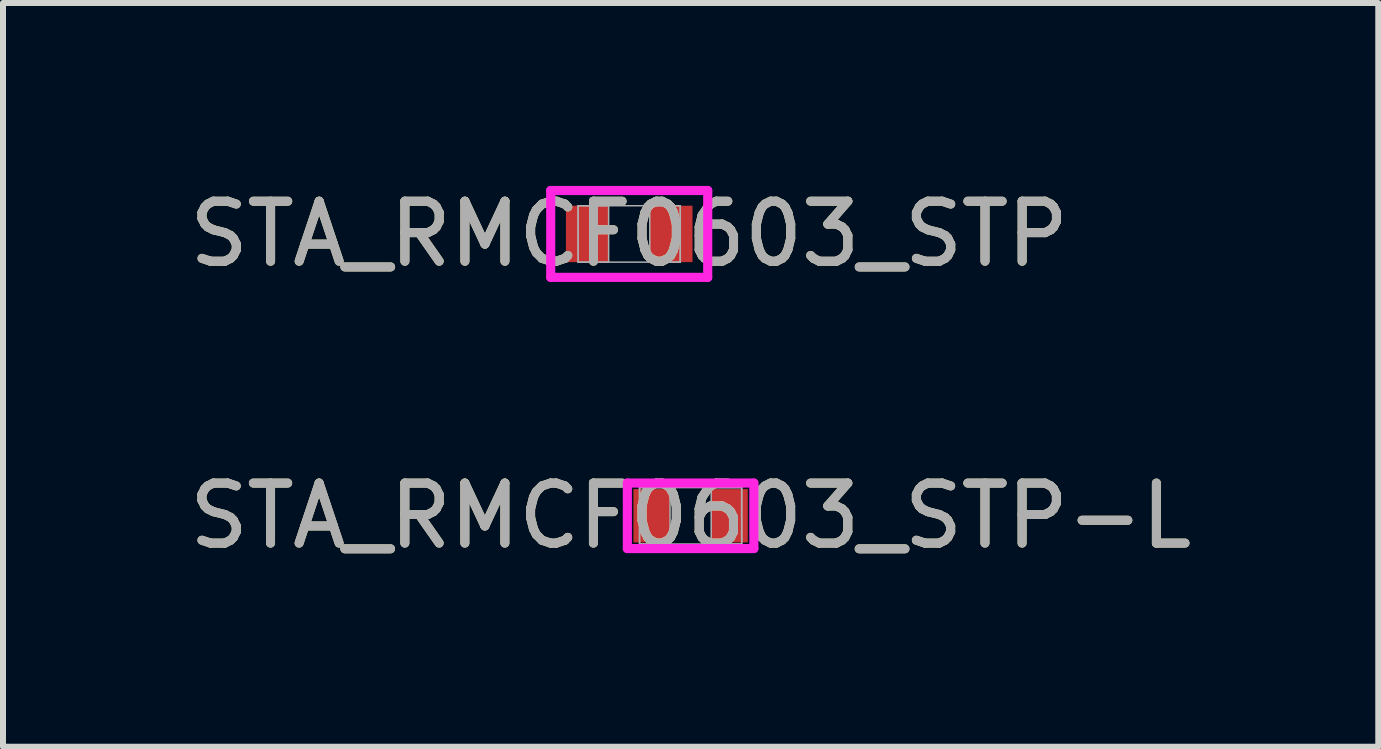
<source format=kicad_pcb>
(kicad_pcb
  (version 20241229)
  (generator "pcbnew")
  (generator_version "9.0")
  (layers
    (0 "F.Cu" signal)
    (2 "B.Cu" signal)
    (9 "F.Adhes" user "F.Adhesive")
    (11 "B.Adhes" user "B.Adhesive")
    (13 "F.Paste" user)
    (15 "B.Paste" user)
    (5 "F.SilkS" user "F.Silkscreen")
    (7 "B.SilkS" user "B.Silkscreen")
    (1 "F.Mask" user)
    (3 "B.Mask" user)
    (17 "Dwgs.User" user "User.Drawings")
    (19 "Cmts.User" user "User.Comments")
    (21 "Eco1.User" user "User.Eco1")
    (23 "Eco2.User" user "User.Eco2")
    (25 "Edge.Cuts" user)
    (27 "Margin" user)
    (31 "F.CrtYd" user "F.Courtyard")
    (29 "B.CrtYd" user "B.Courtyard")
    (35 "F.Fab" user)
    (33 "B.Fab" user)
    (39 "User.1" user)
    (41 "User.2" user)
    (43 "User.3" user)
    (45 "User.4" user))
  (footprint "STA_RMCF0603_STP"
    (layer "F.Cu")
    (at 7.435 0.848)
    (property "Reference" "STA_RMCF0603_STP" (at 0 0 0) (unlocked yes) (layer "F.SilkS") (effects (font (size 1 1) (thickness 0.15))))
    (attr smd)
    (fp_line (start -1.308 -0.724) (end 1.308 -0.724) (stroke (width 0.152) (type solid)) (layer "F.CrtYd"))
    (fp_line (start -1.308 0.724) (end -1.308 -0.724) (stroke (width 0.152) (type solid)) (layer "F.CrtYd"))
    (fp_line (start 1.308 -0.724) (end 1.308 0.724) (stroke (width 0.152) (type solid)) (layer "F.CrtYd"))
    (fp_line (start 1.308 0.724) (end -1.308 0.724) (stroke (width 0.152) (type solid)) (layer "F.CrtYd"))
    (fp_line (start -0.851 -0.47) (end -0.851 0.47) (stroke (width 0.025) (type solid)) (layer "F.Fab"))
    (fp_line (start -0.851 -0.47) (end -0.851 0.47) (stroke (width 0.025) (type solid)) (layer "F.Fab"))
    (fp_line (start -0.851 0.47) (end -0.343 0.47) (stroke (width 0.025) (type solid)) (layer "F.Fab"))
    (fp_line (start -0.851 0.47) (end 0.851 0.47) (stroke (width 0.025) (type solid)) (layer "F.Fab"))
    (fp_line (start -0.343 -0.47) (end -0.851 -0.47) (stroke (width 0.025) (type solid)) (layer "F.Fab"))
    (fp_line (start -0.343 0.47) (end -0.343 -0.47) (stroke (width 0.025) (type solid)) (layer "F.Fab"))
    (fp_line (start 0.343 -0.47) (end 0.343 0.47) (stroke (width 0.025) (type solid)) (layer "F.Fab"))
    (fp_line (start 0.343 0.47) (end 0.851 0.47) (stroke (width 0.025) (type solid)) (layer "F.Fab"))
    (fp_line (start 0.851 -0.47) (end -0.851 -0.47) (stroke (width 0.025) (type solid)) (layer "F.Fab"))
    (fp_line (start 0.851 -0.47) (end 0.343 -0.47) (stroke (width 0.025) (type solid)) (layer "F.Fab"))
    (fp_line (start 0.851 0.47) (end 0.851 -0.47) (stroke (width 0.025) (type solid)) (layer "F.Fab"))
    (fp_line (start 0.851 0.47) (end 0.851 -0.47) (stroke (width 0.025) (type solid)) (layer "F.Fab"))
    (fp_text user "${REFERENCE}" (at 0 0 0) (unlocked yes) (layer "F.Fab") (effects (font (size 1 1) (thickness 0.15))))
    (pad "1" smd rect (at -0.699 0) (size 0.711 0.94) (layers "F.Cu" "F.Mask" "F.Paste"))
    (pad "2" smd rect (at 0.699 0) (size 0.711 0.94) (layers "F.Cu" "F.Mask" "F.Paste"))
    (zone (net_name "") (layer "F.Cu") (hatch full 0.508) (connect_pads) (min_thickness 0.254) (filled_areas_thickness no) (keepout (tracks not_allowed) (vias not_allowed) (pads allowed) (copperpour not_allowed) (footprints allowed)) (placement (enabled no)) (fill) (polygon (pts (xy 7.142 0.429) (xy 7.727 0.429) (xy 7.727 1.267) (xy 7.142 1.267)))))
  (footprint "STA_RMCF0603_STP-L"
    (layer "F.Cu")
    (at 8.458 5.545)
    (property "Reference" "STA_RMCF0603_STP-L" (at 0 0 0) (unlocked yes) (layer "F.SilkS") (effects (font (size 1 1) (thickness 0.15))))
    (attr smd)
    (fp_line (start -1.054 -0.546) (end 1.054 -0.546) (stroke (width 0.152) (type solid)) (layer "F.CrtYd"))
    (fp_line (start -1.054 0.546) (end -1.054 -0.546) (stroke (width 0.152) (type solid)) (layer "F.CrtYd"))
    (fp_line (start 1.054 -0.546) (end 1.054 0.546) (stroke (width 0.152) (type solid)) (layer "F.CrtYd"))
    (fp_line (start 1.054 0.546) (end -1.054 0.546) (stroke (width 0.152) (type solid)) (layer "F.CrtYd"))
    (fp_line (start -0.851 -0.47) (end -0.851 0.47) (stroke (width 0.025) (type solid)) (layer "F.Fab"))
    (fp_line (start -0.851 -0.47) (end -0.851 0.47) (stroke (width 0.025) (type solid)) (layer "F.Fab"))
    (fp_line (start -0.851 0.47) (end -0.343 0.47) (stroke (width 0.025) (type solid)) (layer "F.Fab"))
    (fp_line (start -0.851 0.47) (end 0.851 0.47) (stroke (width 0.025) (type solid)) (layer "F.Fab"))
    (fp_line (start -0.343 -0.47) (end -0.851 -0.47) (stroke (width 0.025) (type solid)) (layer "F.Fab"))
    (fp_line (start -0.343 0.47) (end -0.343 -0.47) (stroke (width 0.025) (type solid)) (layer "F.Fab"))
    (fp_line (start 0.343 -0.47) (end 0.343 0.47) (stroke (width 0.025) (type solid)) (layer "F.Fab"))
    (fp_line (start 0.343 0.47) (end 0.851 0.47) (stroke (width 0.025) (type solid)) (layer "F.Fab"))
    (fp_line (start 0.851 -0.47) (end -0.851 -0.47) (stroke (width 0.025) (type solid)) (layer "F.Fab"))
    (fp_line (start 0.851 -0.47) (end 0.343 -0.47) (stroke (width 0.025) (type solid)) (layer "F.Fab"))
    (fp_line (start 0.851 0.47) (end 0.851 -0.47) (stroke (width 0.025) (type solid)) (layer "F.Fab"))
    (fp_line (start 0.851 0.47) (end 0.851 -0.47) (stroke (width 0.025) (type solid)) (layer "F.Fab"))
    (fp_text user "${REFERENCE}" (at 0 0 0) (unlocked yes) (layer "F.Fab") (effects (font (size 1 1) (thickness 0.15))))
    (pad "1" smd rect (at -0.648 0) (size 0.61 0.889) (layers "F.Cu" "F.Mask" "F.Paste"))
    (pad "2" smd rect (at 0.648 0) (size 0.61 0.889) (layers "F.Cu" "F.Mask" "F.Paste"))
    (zone (net_name "") (layer "F.Cu") (hatch full 0.508) (connect_pads) (min_thickness 0.254) (filled_areas_thickness no) (keepout (tracks not_allowed) (vias not_allowed) (pads allowed) (copperpour not_allowed) (footprints allowed)) (placement (enabled no)) (fill) (polygon (pts (xy 8.166 5.126) (xy 8.75 5.126) (xy 8.75 5.964) (xy 8.166 5.964)))))
  (gr_rect
    (start -3 -3)
    (end 19.917 9.393)
    (stroke (width 0.1) (type default))
    (fill no)
    (layer "Edge.Cuts")))
</source>
